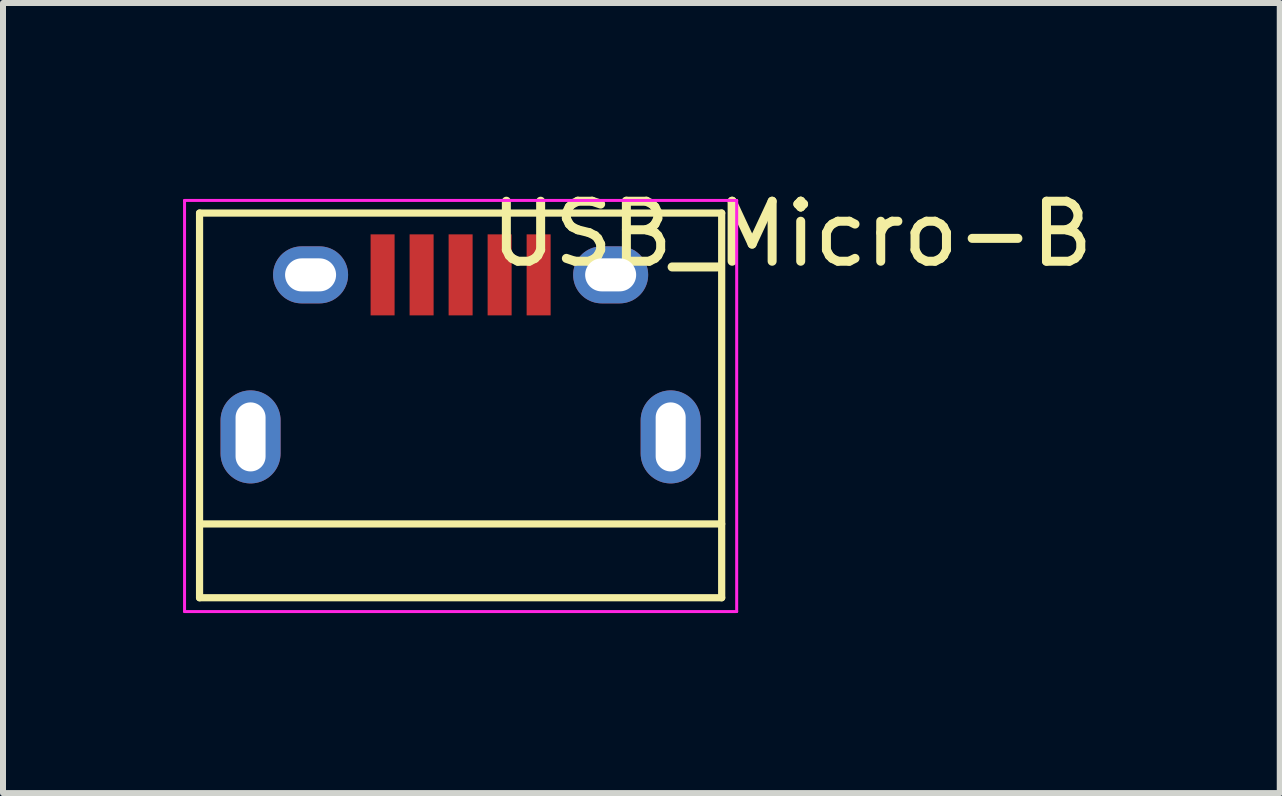
<source format=kicad_pcb>
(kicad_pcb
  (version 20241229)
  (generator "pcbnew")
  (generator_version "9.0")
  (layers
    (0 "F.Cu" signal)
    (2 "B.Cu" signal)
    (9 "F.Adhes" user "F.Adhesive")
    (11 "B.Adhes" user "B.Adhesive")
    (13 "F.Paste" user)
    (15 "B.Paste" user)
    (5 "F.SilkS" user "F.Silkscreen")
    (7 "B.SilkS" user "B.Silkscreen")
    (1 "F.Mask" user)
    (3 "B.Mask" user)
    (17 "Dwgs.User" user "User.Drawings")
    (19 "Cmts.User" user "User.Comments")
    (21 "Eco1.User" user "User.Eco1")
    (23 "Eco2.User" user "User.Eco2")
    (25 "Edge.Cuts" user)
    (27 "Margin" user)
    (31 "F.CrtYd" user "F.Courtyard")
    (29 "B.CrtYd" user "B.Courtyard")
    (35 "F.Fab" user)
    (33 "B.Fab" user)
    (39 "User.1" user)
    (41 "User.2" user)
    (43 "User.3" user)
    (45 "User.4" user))
  (footprint "USB_Micro-B"
    (layer "F.Cu")
    (at 4.625 2.88)
    (property "Reference" "USB_Micro-B" (at 5.524 -2.032 0) (layer "F.SilkS") (effects (font (size 1 1) (thickness 0.15))))
    (attr smd)
    (fp_line (start -4.35 -2.38) (end 4.35 -2.38) (stroke (width 0.12) (type solid)) (layer "F.SilkS"))
    (fp_line (start -4.35 4.03) (end -4.35 -2.38) (stroke (width 0.12) (type solid)) (layer "F.SilkS"))
    (fp_line (start -4.35 4.03) (end 4.35 4.03) (stroke (width 0.12) (type solid)) (layer "F.SilkS"))
    (fp_line (start 4.35 -2.38) (end 4.35 4.03) (stroke (width 0.12) (type solid)) (layer "F.SilkS"))
    (fp_line (start 4.35 2.8) (end -4.35 2.8) (stroke (width 0.12) (type solid)) (layer "F.SilkS"))
    (fp_line (start -4.6 -2.59) (end 4.6 -2.59) (stroke (width 0.05) (type solid)) (layer "F.CrtYd"))
    (fp_line (start -4.6 4.26) (end -4.6 -2.59) (stroke (width 0.05) (type solid)) (layer "F.CrtYd"))
    (fp_line (start 4.6 -2.59) (end 4.6 4.26) (stroke (width 0.05) (type solid)) (layer "F.CrtYd"))
    (fp_line (start 4.6 4.26) (end -4.6 4.26) (stroke (width 0.05) (type solid)) (layer "F.CrtYd"))
    (pad "1" smd rect (at -1.3 -1.35 90) (size 1.35 0.4) (layers "F.Cu" "F.Mask" "F.Paste"))
    (pad "2" smd rect (at -0.65 -1.35 90) (size 1.35 0.4) (layers "F.Cu" "F.Mask" "F.Paste"))
    (pad "3" smd rect (at 0 -1.35 90) (size 1.35 0.4) (layers "F.Cu" "F.Mask" "F.Paste"))
    (pad "4" smd rect (at 0.65 -1.35 90) (size 1.35 0.4) (layers "F.Cu" "F.Mask" "F.Paste"))
    (pad "5" smd rect (at 1.3 -1.35 90) (size 1.35 0.4) (layers "F.Cu" "F.Mask" "F.Paste"))
    (pad "6" thru_hole oval (at -3.5 1.35 90) (size 1.55 1) (drill oval 1.15 0.5) (layers "*.Cu" "*.Mask"))
    (pad "6" thru_hole oval (at -2.5 -1.35 90) (size 0.95 1.25) (drill oval 0.55 0.85) (layers "*.Cu" "*.Mask"))
    (pad "6" thru_hole oval (at 2.5 -1.35 90) (size 0.95 1.25) (drill oval 0.55 0.85) (layers "*.Cu" "*.Mask"))
    (pad "6" thru_hole oval (at 3.5 1.35 90) (size 1.55 1) (drill oval 1.15 0.5) (layers "*.Cu" "*.Mask")))
  (gr_rect
    (start -3 -3)
    (end 18.274 10.165)
    (stroke (width 0.1) (type default))
    (fill no)
    (layer "Edge.Cuts")))
</source>
